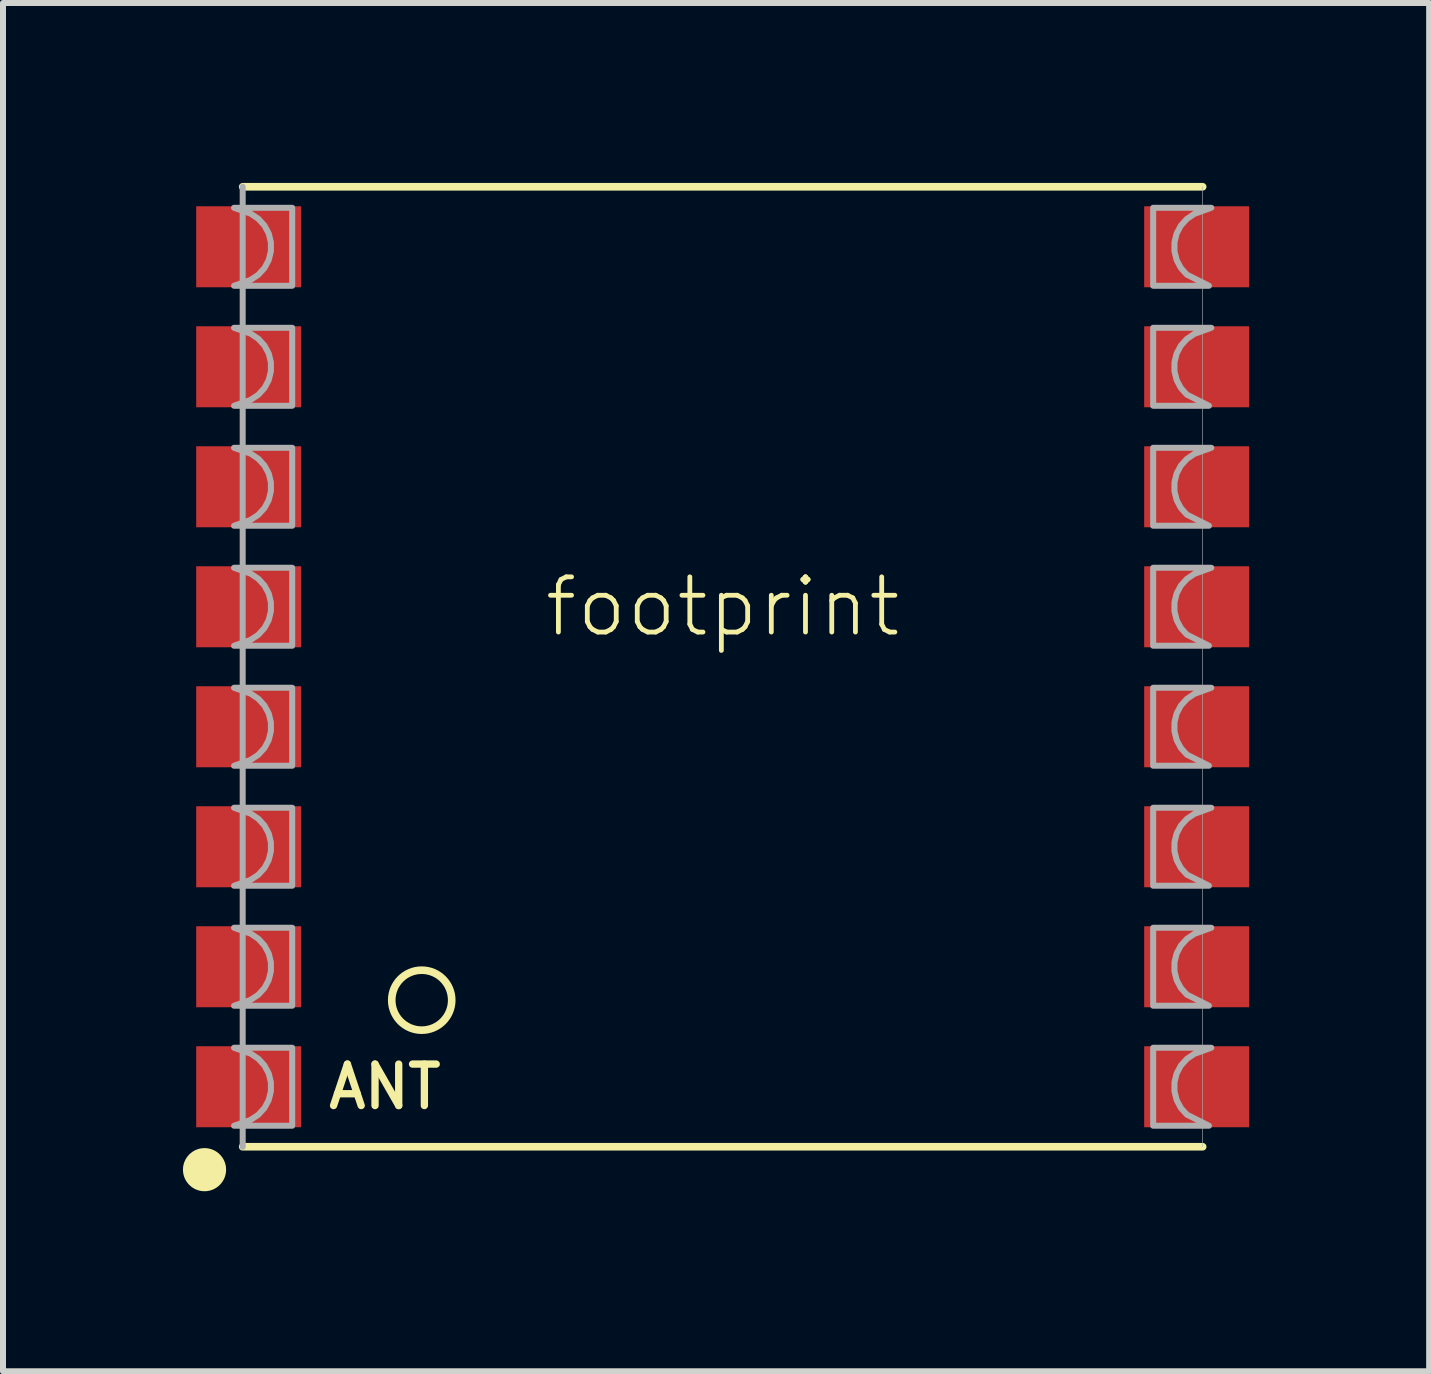
<source format=kicad_pcb>
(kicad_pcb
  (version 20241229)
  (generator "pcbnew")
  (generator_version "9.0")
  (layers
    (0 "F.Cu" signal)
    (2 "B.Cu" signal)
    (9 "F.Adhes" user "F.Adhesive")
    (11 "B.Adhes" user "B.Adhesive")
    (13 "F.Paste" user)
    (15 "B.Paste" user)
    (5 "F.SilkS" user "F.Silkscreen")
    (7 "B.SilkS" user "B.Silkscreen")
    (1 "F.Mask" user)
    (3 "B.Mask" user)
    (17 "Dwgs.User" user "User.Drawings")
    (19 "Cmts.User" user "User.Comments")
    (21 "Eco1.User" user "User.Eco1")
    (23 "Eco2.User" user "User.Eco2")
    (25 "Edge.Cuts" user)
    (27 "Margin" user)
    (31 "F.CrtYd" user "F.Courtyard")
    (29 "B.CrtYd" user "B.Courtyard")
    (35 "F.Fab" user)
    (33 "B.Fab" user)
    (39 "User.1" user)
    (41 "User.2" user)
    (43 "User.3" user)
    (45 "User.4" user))
  (footprint "footprint"
    (layer "F.Cu")
    (at 8.995 8.063)
    (property "Reference" "footprint" (at 0 -1 0) (layer "F.SilkS") (effects (font (size 0.92 0.92) (thickness 0.08))))
    (fp_line (start -8 -8) (end 8 -8) (stroke (width 0.127) (type solid)) (layer "F.SilkS"))
    (fp_line (start -8 8) (end 8 8) (stroke (width 0.127) (type solid)) (layer "F.SilkS"))
    (fp_circle (center -8.636 8.382) (end -8.456 8.382) (stroke (width 0.359) (type solid)) (fill yes) (layer "F.SilkS"))
    (fp_circle (center -5.016 5.557) (end -4.516 5.557) (stroke (width 0.127) (type solid)) (fill no) (layer "F.SilkS"))
    (fp_line (start -8 -8) (end -8 8) (stroke (width 0.1) (type solid)) (layer "F.Fab"))
    (fp_line (start 8 -8) (end 8 8) (stroke (width 0.01) (type solid)) (layer "F.Fab"))
    (fp_poly (pts (xy 7.864 -7.55) (xy 7.739 -7.466) (xy 7.637 -7.354) (xy 7.566 -7.221) (xy 7.53 -7.075) (xy 7.53 -6.925) (xy 7.566 -6.779) (xy 7.637 -6.646) (xy 7.737 -6.535) (xy 8.105 -6.35) (xy 7.175 -6.35) (xy 7.175 -7.65) (xy 8.144 -7.65)) (stroke (width 0.1) (type solid)) (fill no) (layer "F.Fab"))
    (fp_poly (pts (xy 7.864 -5.55) (xy 7.739 -5.466) (xy 7.637 -5.354) (xy 7.566 -5.221) (xy 7.53 -5.075) (xy 7.53 -4.925) (xy 7.566 -4.779) (xy 7.637 -4.646) (xy 7.737 -4.535) (xy 8.105 -4.35) (xy 7.175 -4.35) (xy 7.175 -5.65) (xy 8.144 -5.65)) (stroke (width 0.1) (type solid)) (fill no) (layer "F.Fab"))
    (fp_poly (pts (xy 7.864 -3.55) (xy 7.739 -3.466) (xy 7.637 -3.354) (xy 7.566 -3.221) (xy 7.53 -3.075) (xy 7.53 -2.925) (xy 7.566 -2.779) (xy 7.637 -2.646) (xy 7.737 -2.535) (xy 8.105 -2.35) (xy 7.175 -2.35) (xy 7.175 -3.65) (xy 8.144 -3.65)) (stroke (width 0.1) (type solid)) (fill no) (layer "F.Fab"))
    (fp_poly (pts (xy 7.864 -1.55) (xy 7.739 -1.466) (xy 7.637 -1.354) (xy 7.566 -1.221) (xy 7.53 -1.075) (xy 7.53 -0.925) (xy 7.566 -0.779) (xy 7.637 -0.646) (xy 7.737 -0.535) (xy 8.105 -0.35) (xy 7.175 -0.35) (xy 7.175 -1.65) (xy 8.144 -1.65)) (stroke (width 0.1) (type solid)) (fill no) (layer "F.Fab"))
    (fp_poly (pts (xy 7.864 0.45) (xy 7.739 0.534) (xy 7.637 0.646) (xy 7.566 0.779) (xy 7.53 0.925) (xy 7.53 1.075) (xy 7.566 1.221) (xy 7.637 1.354) (xy 7.737 1.465) (xy 8.105 1.65) (xy 7.175 1.65) (xy 7.175 0.35) (xy 8.144 0.35)) (stroke (width 0.1) (type solid)) (fill no) (layer "F.Fab"))
    (fp_poly (pts (xy 7.864 2.45) (xy 7.739 2.534) (xy 7.637 2.646) (xy 7.566 2.779) (xy 7.53 2.925) (xy 7.53 3.075) (xy 7.566 3.221) (xy 7.637 3.354) (xy 7.737 3.465) (xy 8.105 3.65) (xy 7.175 3.65) (xy 7.175 2.35) (xy 8.144 2.35)) (stroke (width 0.1) (type solid)) (fill no) (layer "F.Fab"))
    (fp_poly (pts (xy 7.864 4.45) (xy 7.739 4.534) (xy 7.637 4.646) (xy 7.566 4.779) (xy 7.53 4.925) (xy 7.53 5.075) (xy 7.566 5.221) (xy 7.637 5.354) (xy 7.737 5.465) (xy 8.105 5.65) (xy 7.175 5.65) (xy 7.175 4.35) (xy 8.144 4.35)) (stroke (width 0.1) (type solid)) (fill no) (layer "F.Fab"))
    (fp_poly (pts (xy 7.864 6.45) (xy 7.739 6.534) (xy 7.637 6.646) (xy 7.566 6.779) (xy 7.53 6.925) (xy 7.53 7.075) (xy 7.566 7.221) (xy 7.637 7.354) (xy 7.737 7.465) (xy 8.105 7.65) (xy 7.175 7.65) (xy 7.175 6.35) (xy 8.144 6.35)) (stroke (width 0.1) (type solid)) (fill no) (layer "F.Fab"))
    (fp_poly (pts (xy -7.175 -6.35) (xy -8.144 -6.35) (xy -7.864 -6.45) (xy -7.739 -6.534) (xy -7.637 -6.646) (xy -7.566 -6.779) (xy -7.53 -6.925) (xy -7.53 -7.075) (xy -7.566 -7.221) (xy -7.637 -7.354) (xy -7.739 -7.466) (xy -7.864 -7.55) (xy -8.144 -7.65) (xy -7.175 -7.65)) (stroke (width 0.1) (type solid)) (fill no) (layer "F.Fab"))
    (fp_poly (pts (xy -7.175 -4.35) (xy -8.144 -4.35) (xy -7.864 -4.45) (xy -7.739 -4.534) (xy -7.637 -4.646) (xy -7.566 -4.779) (xy -7.53 -4.925) (xy -7.53 -5.075) (xy -7.566 -5.221) (xy -7.637 -5.354) (xy -7.739 -5.466) (xy -7.864 -5.55) (xy -8.144 -5.65) (xy -7.175 -5.65)) (stroke (width 0.1) (type solid)) (fill no) (layer "F.Fab"))
    (fp_poly (pts (xy -7.175 -2.35) (xy -8.144 -2.35) (xy -7.864 -2.45) (xy -7.739 -2.534) (xy -7.637 -2.646) (xy -7.566 -2.779) (xy -7.53 -2.925) (xy -7.53 -3.075) (xy -7.566 -3.221) (xy -7.637 -3.354) (xy -7.739 -3.466) (xy -7.864 -3.55) (xy -8.144 -3.65) (xy -7.175 -3.65)) (stroke (width 0.1) (type solid)) (fill no) (layer "F.Fab"))
    (fp_poly (pts (xy -7.175 -0.35) (xy -8.144 -0.35) (xy -7.864 -0.45) (xy -7.739 -0.534) (xy -7.637 -0.646) (xy -7.566 -0.779) (xy -7.53 -0.925) (xy -7.53 -1.075) (xy -7.566 -1.221) (xy -7.637 -1.354) (xy -7.739 -1.466) (xy -7.864 -1.55) (xy -8.144 -1.65) (xy -7.175 -1.65)) (stroke (width 0.1) (type solid)) (fill no) (layer "F.Fab"))
    (fp_poly (pts (xy -7.175 1.65) (xy -8.144 1.65) (xy -7.864 1.55) (xy -7.739 1.466) (xy -7.637 1.354) (xy -7.566 1.221) (xy -7.53 1.075) (xy -7.53 0.925) (xy -7.566 0.779) (xy -7.637 0.646) (xy -7.739 0.534) (xy -7.864 0.45) (xy -8.144 0.35) (xy -7.175 0.35)) (stroke (width 0.1) (type solid)) (fill no) (layer "F.Fab"))
    (fp_poly (pts (xy -7.175 3.65) (xy -8.144 3.65) (xy -7.864 3.55) (xy -7.739 3.466) (xy -7.637 3.354) (xy -7.566 3.221) (xy -7.53 3.075) (xy -7.53 2.925) (xy -7.566 2.779) (xy -7.637 2.646) (xy -7.739 2.534) (xy -7.864 2.45) (xy -8.144 2.35) (xy -7.175 2.35)) (stroke (width 0.1) (type solid)) (fill no) (layer "F.Fab"))
    (fp_poly (pts (xy -7.175 5.65) (xy -8.144 5.65) (xy -7.864 5.55) (xy -7.739 5.466) (xy -7.637 5.354) (xy -7.566 5.221) (xy -7.53 5.075) (xy -7.53 4.925) (xy -7.566 4.779) (xy -7.637 4.646) (xy -7.739 4.534) (xy -7.864 4.45) (xy -8.144 4.35) (xy -7.175 4.35)) (stroke (width 0.1) (type solid)) (fill no) (layer "F.Fab"))
    (fp_poly (pts (xy -7.175 7.65) (xy -8.144 7.65) (xy -7.864 7.55) (xy -7.739 7.466) (xy -7.637 7.354) (xy -7.566 7.221) (xy -7.53 7.075) (xy -7.53 6.925) (xy -7.566 6.779) (xy -7.637 6.646) (xy -7.739 6.534) (xy -7.864 6.45) (xy -8.144 6.35) (xy -7.175 6.35)) (stroke (width 0.1) (type solid)) (fill no) (layer "F.Fab"))
    (fp_text user "ANT" (at -5.63 7 0) (layer "F.SilkS") (effects (font (size 0.691 0.691) (thickness 0.122))))
    (pad "!CS!" smd rect (at -7.9 3) (size 1.75 1.35) (layers "F.Cu" "F.Mask" "F.Paste"))
    (pad "!RST" smd rect (at -7.9 -5) (size 1.75 1.35) (layers "F.Cu" "F.Mask" "F.Paste"))
    (pad "3V3" smd rect (at 7.9 3) (size 1.75 1.35) (layers "F.Cu" "F.Mask" "F.Paste"))
    (pad "ANT" smd rect (at -7.9 7) (size 1.75 1.35) (layers "F.Cu" "F.Mask" "F.Paste"))
    (pad "DIO0" smd rect (at 7.9 1) (size 1.75 1.35) (layers "F.Cu" "F.Mask" "F.Paste"))
    (pad "DIO1" smd rect (at 7.9 -1) (size 1.75 1.35) (layers "F.Cu" "F.Mask" "F.Paste"))
    (pad "DIO2" smd rect (at 7.9 -3) (size 1.75 1.35) (layers "F.Cu" "F.Mask" "F.Paste"))
    (pad "DIO3" smd rect (at 7.9 -5) (size 1.75 1.35) (layers "F.Cu" "F.Mask" "F.Paste"))
    (pad "DIO4" smd rect (at 7.9 -7) (size 1.75 1.35) (layers "F.Cu" "F.Mask" "F.Paste"))
    (pad "DIO5" smd rect (at -7.9 -7) (size 1.75 1.35) (layers "F.Cu" "F.Mask" "F.Paste"))
    (pad "GND" smd rect (at -7.9 5) (size 1.75 1.35) (layers "F.Cu" "F.Mask" "F.Paste"))
    (pad "GND@1" smd rect (at 7.9 7) (size 1.75 1.35) (layers "F.Cu" "F.Mask" "F.Paste"))
    (pad "GND@2" smd rect (at 7.9 5) (size 1.75 1.35) (layers "F.Cu" "F.Mask" "F.Paste"))
    (pad "SCK" smd rect (at -7.9 -3) (size 1.75 1.35) (layers "F.Cu" "F.Mask" "F.Paste"))
    (pad "SDI" smd rect (at -7.9 1) (size 1.75 1.35) (layers "F.Cu" "F.Mask" "F.Paste"))
    (pad "SDO" smd rect (at -7.9 -1) (size 1.75 1.35) (layers "F.Cu" "F.Mask" "F.Paste")))
  (gr_rect
    (start -3 -3)
    (end 20.77 19.805)
    (stroke (width 0.1) (type default))
    (fill no)
    (layer "Edge.Cuts")))
</source>
